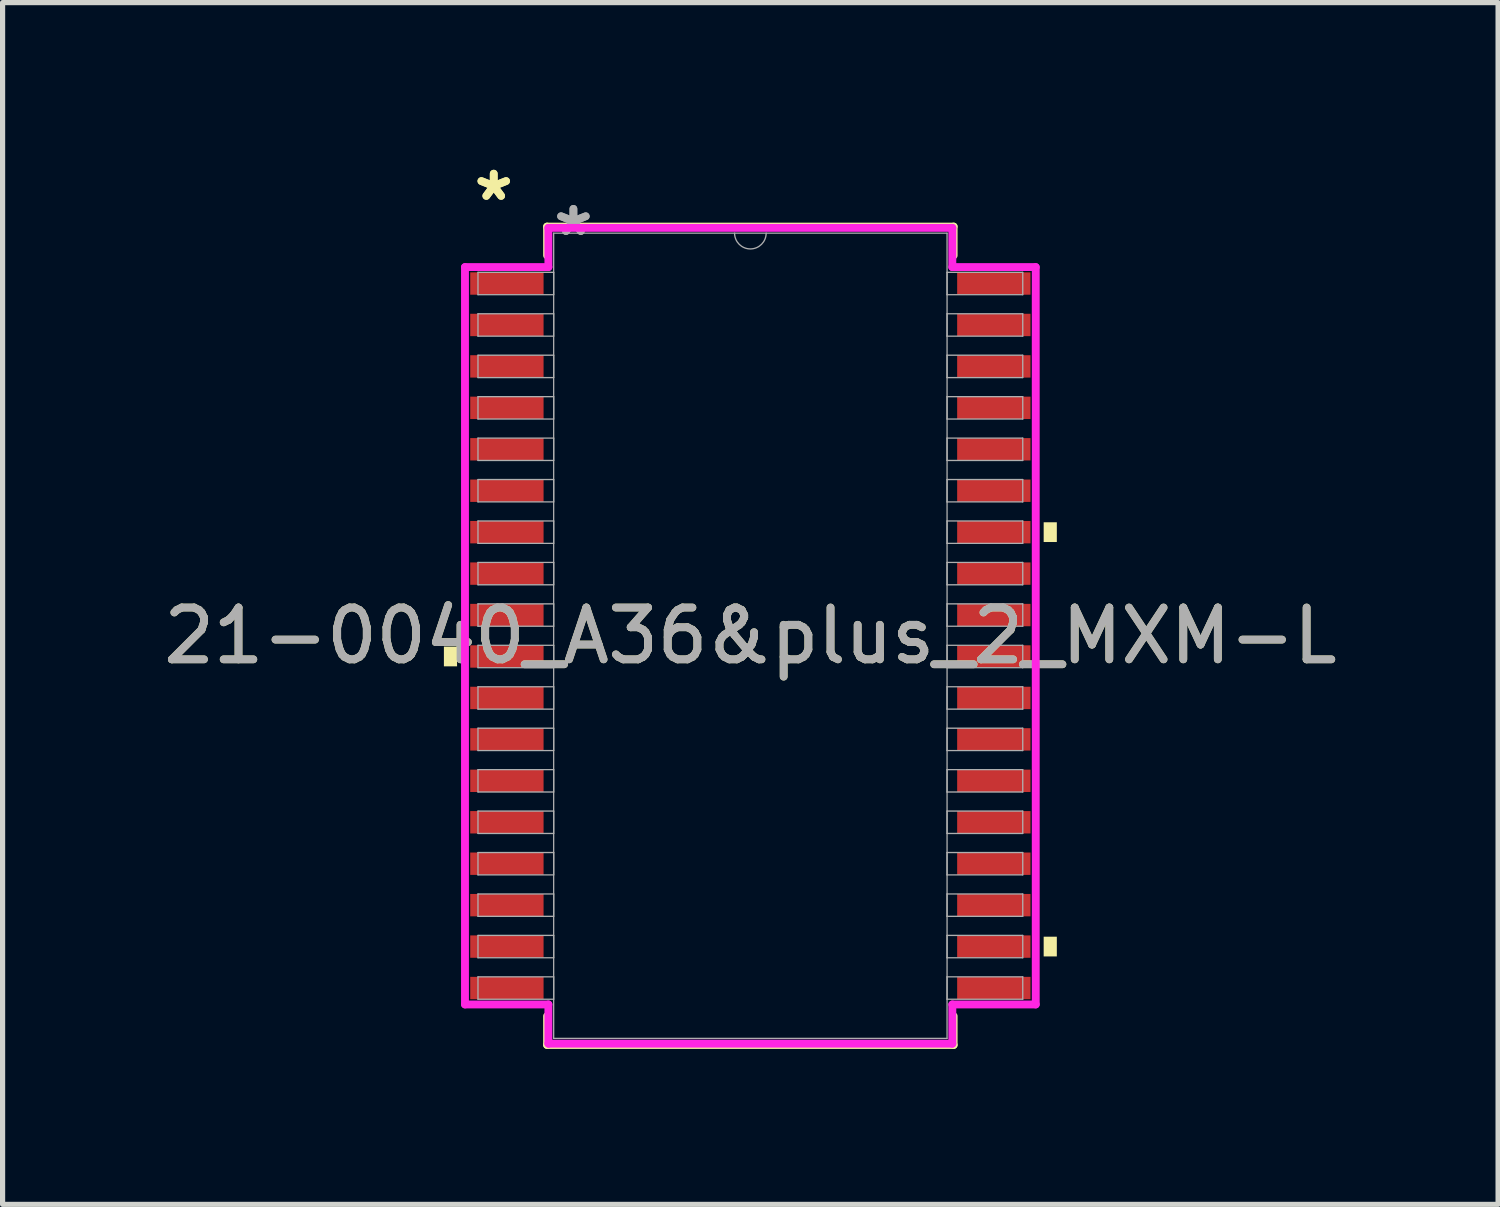
<source format=kicad_pcb>
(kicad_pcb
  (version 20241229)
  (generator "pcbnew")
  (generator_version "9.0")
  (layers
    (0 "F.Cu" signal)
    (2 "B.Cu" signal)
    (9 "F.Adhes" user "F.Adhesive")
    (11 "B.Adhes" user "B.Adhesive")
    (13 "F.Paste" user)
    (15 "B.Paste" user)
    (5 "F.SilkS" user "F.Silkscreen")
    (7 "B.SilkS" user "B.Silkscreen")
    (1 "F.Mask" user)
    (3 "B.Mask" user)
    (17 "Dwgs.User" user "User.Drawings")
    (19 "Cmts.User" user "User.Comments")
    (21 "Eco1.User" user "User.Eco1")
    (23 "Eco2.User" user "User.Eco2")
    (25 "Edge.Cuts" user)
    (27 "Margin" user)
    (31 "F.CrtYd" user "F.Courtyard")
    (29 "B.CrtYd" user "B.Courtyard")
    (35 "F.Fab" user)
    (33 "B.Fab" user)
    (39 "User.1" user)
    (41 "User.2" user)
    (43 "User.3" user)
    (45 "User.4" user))
  (footprint "21-0040_A36&plus_2_MXM-L"
    (layer "F.Cu")
    (at 11.435 9.223)
    (property "Reference" "21-0040_A36&plus_2_MXM-L" (at 0 0 0) (unlocked yes) (layer "F.SilkS") (effects (font (size 1 1) (thickness 0.15))))
    (attr smd)
    (fp_line (start -3.924 -7.899) (end -3.924 -7.342) (stroke (width 0.152) (type solid)) (layer "F.SilkS"))
    (fp_line (start -3.924 7.342) (end -3.924 7.899) (stroke (width 0.152) (type solid)) (layer "F.SilkS"))
    (fp_line (start -3.924 7.899) (end 3.924 7.899) (stroke (width 0.152) (type solid)) (layer "F.SilkS"))
    (fp_line (start 3.924 -7.899) (end -3.924 -7.899) (stroke (width 0.152) (type solid)) (layer "F.SilkS"))
    (fp_line (start 3.924 -7.342) (end 3.924 -7.899) (stroke (width 0.152) (type solid)) (layer "F.SilkS"))
    (fp_line (start 3.924 7.899) (end 3.924 7.342) (stroke (width 0.152) (type solid)) (layer "F.SilkS"))
    (fp_poly (pts (xy -5.916 0.209) (xy -5.916 0.59) (xy -5.662 0.59) (xy -5.662 0.209)) (stroke (width 0) (type solid)) (fill yes) (layer "F.SilkS"))
    (fp_poly (pts (xy 5.916 -2.191) (xy 5.916 -1.81) (xy 5.662 -1.81) (xy 5.662 -2.191)) (stroke (width 0) (type solid)) (fill yes) (layer "F.SilkS"))
    (fp_poly (pts (xy 5.916 5.809) (xy 5.916 6.19) (xy 5.662 6.19) (xy 5.662 5.809)) (stroke (width 0) (type solid)) (fill yes) (layer "F.SilkS"))
    (fp_line (start -5.509 -7.117) (end -3.899 -7.117) (stroke (width 0.152) (type solid)) (layer "F.CrtYd"))
    (fp_line (start -5.509 7.117) (end -5.509 -7.117) (stroke (width 0.152) (type solid)) (layer "F.CrtYd"))
    (fp_line (start -5.509 7.117) (end -3.899 7.117) (stroke (width 0.152) (type solid)) (layer "F.CrtYd"))
    (fp_line (start -3.899 -7.874) (end 3.899 -7.874) (stroke (width 0.152) (type solid)) (layer "F.CrtYd"))
    (fp_line (start -3.899 -7.117) (end -3.899 -7.874) (stroke (width 0.152) (type solid)) (layer "F.CrtYd"))
    (fp_line (start -3.899 7.874) (end -3.899 7.117) (stroke (width 0.152) (type solid)) (layer "F.CrtYd"))
    (fp_line (start 3.899 -7.874) (end 3.899 -7.117) (stroke (width 0.152) (type solid)) (layer "F.CrtYd"))
    (fp_line (start 3.899 7.117) (end 3.899 7.874) (stroke (width 0.152) (type solid)) (layer "F.CrtYd"))
    (fp_line (start 3.899 7.874) (end -3.899 7.874) (stroke (width 0.152) (type solid)) (layer "F.CrtYd"))
    (fp_line (start 5.509 -7.117) (end 3.899 -7.117) (stroke (width 0.152) (type solid)) (layer "F.CrtYd"))
    (fp_line (start 5.509 -7.117) (end 5.509 7.117) (stroke (width 0.152) (type solid)) (layer "F.CrtYd"))
    (fp_line (start 5.509 7.117) (end 3.899 7.117) (stroke (width 0.152) (type solid)) (layer "F.CrtYd"))
    (fp_line (start -5.258 -7.016) (end -5.258 -6.584) (stroke (width 0.025) (type solid)) (layer "F.Fab"))
    (fp_line (start -5.258 -6.584) (end -3.797 -6.584) (stroke (width 0.025) (type solid)) (layer "F.Fab"))
    (fp_line (start -5.258 -6.216) (end -5.258 -5.784) (stroke (width 0.025) (type solid)) (layer "F.Fab"))
    (fp_line (start -5.258 -5.784) (end -3.797 -5.784) (stroke (width 0.025) (type solid)) (layer "F.Fab"))
    (fp_line (start -5.258 -5.416) (end -5.258 -4.984) (stroke (width 0.025) (type solid)) (layer "F.Fab"))
    (fp_line (start -5.258 -4.984) (end -3.797 -4.984) (stroke (width 0.025) (type solid)) (layer "F.Fab"))
    (fp_line (start -5.258 -4.616) (end -5.258 -4.184) (stroke (width 0.025) (type solid)) (layer "F.Fab"))
    (fp_line (start -5.258 -4.184) (end -3.797 -4.184) (stroke (width 0.025) (type solid)) (layer "F.Fab"))
    (fp_line (start -5.258 -3.816) (end -5.258 -3.384) (stroke (width 0.025) (type solid)) (layer "F.Fab"))
    (fp_line (start -5.258 -3.384) (end -3.797 -3.384) (stroke (width 0.025) (type solid)) (layer "F.Fab"))
    (fp_line (start -5.258 -3.016) (end -5.258 -2.584) (stroke (width 0.025) (type solid)) (layer "F.Fab"))
    (fp_line (start -5.258 -2.584) (end -3.797 -2.584) (stroke (width 0.025) (type solid)) (layer "F.Fab"))
    (fp_line (start -5.258 -2.216) (end -5.258 -1.784) (stroke (width 0.025) (type solid)) (layer "F.Fab"))
    (fp_line (start -5.258 -1.784) (end -3.797 -1.784) (stroke (width 0.025) (type solid)) (layer "F.Fab"))
    (fp_line (start -5.258 -1.416) (end -5.258 -0.984) (stroke (width 0.025) (type solid)) (layer "F.Fab"))
    (fp_line (start -5.258 -0.984) (end -3.797 -0.984) (stroke (width 0.025) (type solid)) (layer "F.Fab"))
    (fp_line (start -5.258 -0.616) (end -5.258 -0.184) (stroke (width 0.025) (type solid)) (layer "F.Fab"))
    (fp_line (start -5.258 -0.184) (end -3.797 -0.184) (stroke (width 0.025) (type solid)) (layer "F.Fab"))
    (fp_line (start -5.258 0.184) (end -5.258 0.616) (stroke (width 0.025) (type solid)) (layer "F.Fab"))
    (fp_line (start -5.258 0.616) (end -3.797 0.616) (stroke (width 0.025) (type solid)) (layer "F.Fab"))
    (fp_line (start -5.258 0.984) (end -5.258 1.416) (stroke (width 0.025) (type solid)) (layer "F.Fab"))
    (fp_line (start -5.258 1.416) (end -3.797 1.416) (stroke (width 0.025) (type solid)) (layer "F.Fab"))
    (fp_line (start -5.258 1.784) (end -5.258 2.216) (stroke (width 0.025) (type solid)) (layer "F.Fab"))
    (fp_line (start -5.258 2.216) (end -3.797 2.216) (stroke (width 0.025) (type solid)) (layer "F.Fab"))
    (fp_line (start -5.258 2.584) (end -5.258 3.016) (stroke (width 0.025) (type solid)) (layer "F.Fab"))
    (fp_line (start -5.258 3.016) (end -3.797 3.016) (stroke (width 0.025) (type solid)) (layer "F.Fab"))
    (fp_line (start -5.258 3.384) (end -5.258 3.816) (stroke (width 0.025) (type solid)) (layer "F.Fab"))
    (fp_line (start -5.258 3.816) (end -3.797 3.816) (stroke (width 0.025) (type solid)) (layer "F.Fab"))
    (fp_line (start -5.258 4.184) (end -5.258 4.616) (stroke (width 0.025) (type solid)) (layer "F.Fab"))
    (fp_line (start -5.258 4.616) (end -3.797 4.616) (stroke (width 0.025) (type solid)) (layer "F.Fab"))
    (fp_line (start -5.258 4.984) (end -5.258 5.416) (stroke (width 0.025) (type solid)) (layer "F.Fab"))
    (fp_line (start -5.258 5.416) (end -3.797 5.416) (stroke (width 0.025) (type solid)) (layer "F.Fab"))
    (fp_line (start -5.258 5.784) (end -5.258 6.216) (stroke (width 0.025) (type solid)) (layer "F.Fab"))
    (fp_line (start -5.258 6.216) (end -3.797 6.216) (stroke (width 0.025) (type solid)) (layer "F.Fab"))
    (fp_line (start -5.258 6.584) (end -5.258 7.016) (stroke (width 0.025) (type solid)) (layer "F.Fab"))
    (fp_line (start -5.258 7.016) (end -3.797 7.016) (stroke (width 0.025) (type solid)) (layer "F.Fab"))
    (fp_line (start -3.797 -7.772) (end -3.797 7.772) (stroke (width 0.025) (type solid)) (layer "F.Fab"))
    (fp_line (start -3.797 -7.016) (end -5.258 -7.016) (stroke (width 0.025) (type solid)) (layer "F.Fab"))
    (fp_line (start -3.797 -6.584) (end -3.797 -7.016) (stroke (width 0.025) (type solid)) (layer "F.Fab"))
    (fp_line (start -3.797 -6.216) (end -5.258 -6.216) (stroke (width 0.025) (type solid)) (layer "F.Fab"))
    (fp_line (start -3.797 -5.784) (end -3.797 -6.216) (stroke (width 0.025) (type solid)) (layer "F.Fab"))
    (fp_line (start -3.797 -5.416) (end -5.258 -5.416) (stroke (width 0.025) (type solid)) (layer "F.Fab"))
    (fp_line (start -3.797 -4.984) (end -3.797 -5.416) (stroke (width 0.025) (type solid)) (layer "F.Fab"))
    (fp_line (start -3.797 -4.616) (end -5.258 -4.616) (stroke (width 0.025) (type solid)) (layer "F.Fab"))
    (fp_line (start -3.797 -4.184) (end -3.797 -4.616) (stroke (width 0.025) (type solid)) (layer "F.Fab"))
    (fp_line (start -3.797 -3.816) (end -5.258 -3.816) (stroke (width 0.025) (type solid)) (layer "F.Fab"))
    (fp_line (start -3.797 -3.384) (end -3.797 -3.816) (stroke (width 0.025) (type solid)) (layer "F.Fab"))
    (fp_line (start -3.797 -3.016) (end -5.258 -3.016) (stroke (width 0.025) (type solid)) (layer "F.Fab"))
    (fp_line (start -3.797 -2.584) (end -3.797 -3.016) (stroke (width 0.025) (type solid)) (layer "F.Fab"))
    (fp_line (start -3.797 -2.216) (end -5.258 -2.216) (stroke (width 0.025) (type solid)) (layer "F.Fab"))
    (fp_line (start -3.797 -1.784) (end -3.797 -2.216) (stroke (width 0.025) (type solid)) (layer "F.Fab"))
    (fp_line (start -3.797 -1.416) (end -5.258 -1.416) (stroke (width 0.025) (type solid)) (layer "F.Fab"))
    (fp_line (start -3.797 -0.984) (end -3.797 -1.416) (stroke (width 0.025) (type solid)) (layer "F.Fab"))
    (fp_line (start -3.797 -0.616) (end -5.258 -0.616) (stroke (width 0.025) (type solid)) (layer "F.Fab"))
    (fp_line (start -3.797 -0.184) (end -3.797 -0.616) (stroke (width 0.025) (type solid)) (layer "F.Fab"))
    (fp_line (start -3.797 0.184) (end -5.258 0.184) (stroke (width 0.025) (type solid)) (layer "F.Fab"))
    (fp_line (start -3.797 0.616) (end -3.797 0.184) (stroke (width 0.025) (type solid)) (layer "F.Fab"))
    (fp_line (start -3.797 0.984) (end -5.258 0.984) (stroke (width 0.025) (type solid)) (layer "F.Fab"))
    (fp_line (start -3.797 1.416) (end -3.797 0.984) (stroke (width 0.025) (type solid)) (layer "F.Fab"))
    (fp_line (start -3.797 1.784) (end -5.258 1.784) (stroke (width 0.025) (type solid)) (layer "F.Fab"))
    (fp_line (start -3.797 2.216) (end -3.797 1.784) (stroke (width 0.025) (type solid)) (layer "F.Fab"))
    (fp_line (start -3.797 2.584) (end -5.258 2.584) (stroke (width 0.025) (type solid)) (layer "F.Fab"))
    (fp_line (start -3.797 3.016) (end -3.797 2.584) (stroke (width 0.025) (type solid)) (layer "F.Fab"))
    (fp_line (start -3.797 3.384) (end -5.258 3.384) (stroke (width 0.025) (type solid)) (layer "F.Fab"))
    (fp_line (start -3.797 3.816) (end -3.797 3.384) (stroke (width 0.025) (type solid)) (layer "F.Fab"))
    (fp_line (start -3.797 4.184) (end -5.258 4.184) (stroke (width 0.025) (type solid)) (layer "F.Fab"))
    (fp_line (start -3.797 4.616) (end -3.797 4.184) (stroke (width 0.025) (type solid)) (layer "F.Fab"))
    (fp_line (start -3.797 4.984) (end -5.258 4.984) (stroke (width 0.025) (type solid)) (layer "F.Fab"))
    (fp_line (start -3.797 5.416) (end -3.797 4.984) (stroke (width 0.025) (type solid)) (layer "F.Fab"))
    (fp_line (start -3.797 5.784) (end -5.258 5.784) (stroke (width 0.025) (type solid)) (layer "F.Fab"))
    (fp_line (start -3.797 6.216) (end -3.797 5.784) (stroke (width 0.025) (type solid)) (layer "F.Fab"))
    (fp_line (start -3.797 6.584) (end -5.258 6.584) (stroke (width 0.025) (type solid)) (layer "F.Fab"))
    (fp_line (start -3.797 7.016) (end -3.797 6.584) (stroke (width 0.025) (type solid)) (layer "F.Fab"))
    (fp_line (start -3.797 7.772) (end 3.797 7.772) (stroke (width 0.025) (type solid)) (layer "F.Fab"))
    (fp_line (start 3.797 -7.772) (end -3.797 -7.772) (stroke (width 0.025) (type solid)) (layer "F.Fab"))
    (fp_line (start 3.797 -7.016) (end 3.797 -6.584) (stroke (width 0.025) (type solid)) (layer "F.Fab"))
    (fp_line (start 3.797 -6.584) (end 5.258 -6.584) (stroke (width 0.025) (type solid)) (layer "F.Fab"))
    (fp_line (start 3.797 -6.216) (end 3.797 -5.784) (stroke (width 0.025) (type solid)) (layer "F.Fab"))
    (fp_line (start 3.797 -5.784) (end 5.258 -5.784) (stroke (width 0.025) (type solid)) (layer "F.Fab"))
    (fp_line (start 3.797 -5.416) (end 3.797 -4.984) (stroke (width 0.025) (type solid)) (layer "F.Fab"))
    (fp_line (start 3.797 -4.984) (end 5.258 -4.984) (stroke (width 0.025) (type solid)) (layer "F.Fab"))
    (fp_line (start 3.797 -4.616) (end 3.797 -4.184) (stroke (width 0.025) (type solid)) (layer "F.Fab"))
    (fp_line (start 3.797 -4.184) (end 5.258 -4.184) (stroke (width 0.025) (type solid)) (layer "F.Fab"))
    (fp_line (start 3.797 -3.816) (end 3.797 -3.384) (stroke (width 0.025) (type solid)) (layer "F.Fab"))
    (fp_line (start 3.797 -3.384) (end 5.258 -3.384) (stroke (width 0.025) (type solid)) (layer "F.Fab"))
    (fp_line (start 3.797 -3.016) (end 3.797 -2.584) (stroke (width 0.025) (type solid)) (layer "F.Fab"))
    (fp_line (start 3.797 -2.584) (end 5.258 -2.584) (stroke (width 0.025) (type solid)) (layer "F.Fab"))
    (fp_line (start 3.797 -2.216) (end 3.797 -1.784) (stroke (width 0.025) (type solid)) (layer "F.Fab"))
    (fp_line (start 3.797 -1.784) (end 5.258 -1.784) (stroke (width 0.025) (type solid)) (layer "F.Fab"))
    (fp_line (start 3.797 -1.416) (end 3.797 -0.984) (stroke (width 0.025) (type solid)) (layer "F.Fab"))
    (fp_line (start 3.797 -0.984) (end 5.258 -0.984) (stroke (width 0.025) (type solid)) (layer "F.Fab"))
    (fp_line (start 3.797 -0.616) (end 3.797 -0.184) (stroke (width 0.025) (type solid)) (layer "F.Fab"))
    (fp_line (start 3.797 -0.184) (end 5.258 -0.184) (stroke (width 0.025) (type solid)) (layer "F.Fab"))
    (fp_line (start 3.797 0.184) (end 3.797 0.616) (stroke (width 0.025) (type solid)) (layer "F.Fab"))
    (fp_line (start 3.797 0.616) (end 5.258 0.616) (stroke (width 0.025) (type solid)) (layer "F.Fab"))
    (fp_line (start 3.797 0.984) (end 3.797 1.416) (stroke (width 0.025) (type solid)) (layer "F.Fab"))
    (fp_line (start 3.797 1.416) (end 5.258 1.416) (stroke (width 0.025) (type solid)) (layer "F.Fab"))
    (fp_line (start 3.797 1.784) (end 3.797 2.216) (stroke (width 0.025) (type solid)) (layer "F.Fab"))
    (fp_line (start 3.797 2.216) (end 5.258 2.216) (stroke (width 0.025) (type solid)) (layer "F.Fab"))
    (fp_line (start 3.797 2.584) (end 3.797 3.016) (stroke (width 0.025) (type solid)) (layer "F.Fab"))
    (fp_line (start 3.797 3.016) (end 5.258 3.016) (stroke (width 0.025) (type solid)) (layer "F.Fab"))
    (fp_line (start 3.797 3.384) (end 3.797 3.816) (stroke (width 0.025) (type solid)) (layer "F.Fab"))
    (fp_line (start 3.797 3.816) (end 5.258 3.816) (stroke (width 0.025) (type solid)) (layer "F.Fab"))
    (fp_line (start 3.797 4.184) (end 3.797 4.616) (stroke (width 0.025) (type solid)) (layer "F.Fab"))
    (fp_line (start 3.797 4.616) (end 5.258 4.616) (stroke (width 0.025) (type solid)) (layer "F.Fab"))
    (fp_line (start 3.797 4.984) (end 3.797 5.416) (stroke (width 0.025) (type solid)) (layer "F.Fab"))
    (fp_line (start 3.797 5.416) (end 5.258 5.416) (stroke (width 0.025) (type solid)) (layer "F.Fab"))
    (fp_line (start 3.797 5.784) (end 3.797 6.216) (stroke (width 0.025) (type solid)) (layer "F.Fab"))
    (fp_line (start 3.797 6.216) (end 5.258 6.216) (stroke (width 0.025) (type solid)) (layer "F.Fab"))
    (fp_line (start 3.797 6.584) (end 3.797 7.016) (stroke (width 0.025) (type solid)) (layer "F.Fab"))
    (fp_line (start 3.797 7.016) (end 5.258 7.016) (stroke (width 0.025) (type solid)) (layer "F.Fab"))
    (fp_line (start 3.797 7.772) (end 3.797 -7.772) (stroke (width 0.025) (type solid)) (layer "F.Fab"))
    (fp_line (start 5.258 -7.016) (end 3.797 -7.016) (stroke (width 0.025) (type solid)) (layer "F.Fab"))
    (fp_line (start 5.258 -6.584) (end 5.258 -7.016) (stroke (width 0.025) (type solid)) (layer "F.Fab"))
    (fp_line (start 5.258 -6.216) (end 3.797 -6.216) (stroke (width 0.025) (type solid)) (layer "F.Fab"))
    (fp_line (start 5.258 -5.784) (end 5.258 -6.216) (stroke (width 0.025) (type solid)) (layer "F.Fab"))
    (fp_line (start 5.258 -5.416) (end 3.797 -5.416) (stroke (width 0.025) (type solid)) (layer "F.Fab"))
    (fp_line (start 5.258 -4.984) (end 5.258 -5.416) (stroke (width 0.025) (type solid)) (layer "F.Fab"))
    (fp_line (start 5.258 -4.616) (end 3.797 -4.616) (stroke (width 0.025) (type solid)) (layer "F.Fab"))
    (fp_line (start 5.258 -4.184) (end 5.258 -4.616) (stroke (width 0.025) (type solid)) (layer "F.Fab"))
    (fp_line (start 5.258 -3.816) (end 3.797 -3.816) (stroke (width 0.025) (type solid)) (layer "F.Fab"))
    (fp_line (start 5.258 -3.384) (end 5.258 -3.816) (stroke (width 0.025) (type solid)) (layer "F.Fab"))
    (fp_line (start 5.258 -3.016) (end 3.797 -3.016) (stroke (width 0.025) (type solid)) (layer "F.Fab"))
    (fp_line (start 5.258 -2.584) (end 5.258 -3.016) (stroke (width 0.025) (type solid)) (layer "F.Fab"))
    (fp_line (start 5.258 -2.216) (end 3.797 -2.216) (stroke (width 0.025) (type solid)) (layer "F.Fab"))
    (fp_line (start 5.258 -1.784) (end 5.258 -2.216) (stroke (width 0.025) (type solid)) (layer "F.Fab"))
    (fp_line (start 5.258 -1.416) (end 3.797 -1.416) (stroke (width 0.025) (type solid)) (layer "F.Fab"))
    (fp_line (start 5.258 -0.984) (end 5.258 -1.416) (stroke (width 0.025) (type solid)) (layer "F.Fab"))
    (fp_line (start 5.258 -0.616) (end 3.797 -0.616) (stroke (width 0.025) (type solid)) (layer "F.Fab"))
    (fp_line (start 5.258 -0.184) (end 5.258 -0.616) (stroke (width 0.025) (type solid)) (layer "F.Fab"))
    (fp_line (start 5.258 0.184) (end 3.797 0.184) (stroke (width 0.025) (type solid)) (layer "F.Fab"))
    (fp_line (start 5.258 0.616) (end 5.258 0.184) (stroke (width 0.025) (type solid)) (layer "F.Fab"))
    (fp_line (start 5.258 0.984) (end 3.797 0.984) (stroke (width 0.025) (type solid)) (layer "F.Fab"))
    (fp_line (start 5.258 1.416) (end 5.258 0.984) (stroke (width 0.025) (type solid)) (layer "F.Fab"))
    (fp_line (start 5.258 1.784) (end 3.797 1.784) (stroke (width 0.025) (type solid)) (layer "F.Fab"))
    (fp_line (start 5.258 2.216) (end 5.258 1.784) (stroke (width 0.025) (type solid)) (layer "F.Fab"))
    (fp_line (start 5.258 2.584) (end 3.797 2.584) (stroke (width 0.025) (type solid)) (layer "F.Fab"))
    (fp_line (start 5.258 3.016) (end 5.258 2.584) (stroke (width 0.025) (type solid)) (layer "F.Fab"))
    (fp_line (start 5.258 3.384) (end 3.797 3.384) (stroke (width 0.025) (type solid)) (layer "F.Fab"))
    (fp_line (start 5.258 3.816) (end 5.258 3.384) (stroke (width 0.025) (type solid)) (layer "F.Fab"))
    (fp_line (start 5.258 4.184) (end 3.797 4.184) (stroke (width 0.025) (type solid)) (layer "F.Fab"))
    (fp_line (start 5.258 4.616) (end 5.258 4.184) (stroke (width 0.025) (type solid)) (layer "F.Fab"))
    (fp_line (start 5.258 4.984) (end 3.797 4.984) (stroke (width 0.025) (type solid)) (layer "F.Fab"))
    (fp_line (start 5.258 5.416) (end 5.258 4.984) (stroke (width 0.025) (type solid)) (layer "F.Fab"))
    (fp_line (start 5.258 5.784) (end 3.797 5.784) (stroke (width 0.025) (type solid)) (layer "F.Fab"))
    (fp_line (start 5.258 6.216) (end 5.258 5.784) (stroke (width 0.025) (type solid)) (layer "F.Fab"))
    (fp_line (start 5.258 6.584) (end 3.797 6.584) (stroke (width 0.025) (type solid)) (layer "F.Fab"))
    (fp_line (start 5.258 7.016) (end 5.258 6.584) (stroke (width 0.025) (type solid)) (layer "F.Fab"))
    (fp_arc (start 0.3048 -7.7724) (mid 0 -7.4676) (end -0.3048 -7.7724) (stroke (width 0.0254) (type solid)) (layer "F.Fab"))
    (fp_text user "*" (at -4.954 -8.375 0) (layer "F.SilkS") (effects (font (size 1 1) (thickness 0.15))))
    (fp_text user "*" (at -4.954 -8.375 0) (unlocked yes) (layer "F.SilkS") (effects (font (size 1 1) (thickness 0.15))))
    (fp_text user "*" (at -3.416 -7.696 0) (layer "F.Fab") (effects (font (size 1 1) (thickness 0.15))))
    (fp_text user "*" (at -3.416 -7.696 0) (unlocked yes) (layer "F.Fab") (effects (font (size 1 1) (thickness 0.15))))
    (fp_text user "${REFERENCE}" (at 0 0 0) (unlocked yes) (layer "F.Fab") (effects (font (size 1 1) (thickness 0.15))))
    (pad "1" smd rect (at -4.7 -6.8) (size 1.416 0.432) (layers "F.Cu" "F.Mask" "F.Paste"))
    (pad "2" smd rect (at -4.7 -6) (size 1.416 0.432) (layers "F.Cu" "F.Mask" "F.Paste"))
    (pad "3" smd rect (at -4.7 -5.2) (size 1.416 0.432) (layers "F.Cu" "F.Mask" "F.Paste"))
    (pad "4" smd rect (at -4.7 -4.4) (size 1.416 0.432) (layers "F.Cu" "F.Mask" "F.Paste"))
    (pad "5" smd rect (at -4.7 -3.6) (size 1.416 0.432) (layers "F.Cu" "F.Mask" "F.Paste"))
    (pad "6" smd rect (at -4.7 -2.8) (size 1.416 0.432) (layers "F.Cu" "F.Mask" "F.Paste"))
    (pad "7" smd rect (at -4.7 -2) (size 1.416 0.432) (layers "F.Cu" "F.Mask" "F.Paste"))
    (pad "8" smd rect (at -4.7 -1.2) (size 1.416 0.432) (layers "F.Cu" "F.Mask" "F.Paste"))
    (pad "9" smd rect (at -4.7 -0.4) (size 1.416 0.432) (layers "F.Cu" "F.Mask" "F.Paste"))
    (pad "10" smd rect (at -4.7 0.4) (size 1.416 0.432) (layers "F.Cu" "F.Mask" "F.Paste"))
    (pad "11" smd rect (at -4.7 1.2) (size 1.416 0.432) (layers "F.Cu" "F.Mask" "F.Paste"))
    (pad "12" smd rect (at -4.7 2) (size 1.416 0.432) (layers "F.Cu" "F.Mask" "F.Paste"))
    (pad "13" smd rect (at -4.7 2.8) (size 1.416 0.432) (layers "F.Cu" "F.Mask" "F.Paste"))
    (pad "14" smd rect (at -4.7 3.6) (size 1.416 0.432) (layers "F.Cu" "F.Mask" "F.Paste"))
    (pad "15" smd rect (at -4.7 4.4) (size 1.416 0.432) (layers "F.Cu" "F.Mask" "F.Paste"))
    (pad "16" smd rect (at -4.7 5.2) (size 1.416 0.432) (layers "F.Cu" "F.Mask" "F.Paste"))
    (pad "17" smd rect (at -4.7 6) (size 1.416 0.432) (layers "F.Cu" "F.Mask" "F.Paste"))
    (pad "18" smd rect (at -4.7 6.8) (size 1.416 0.432) (layers "F.Cu" "F.Mask" "F.Paste"))
    (pad "19" smd rect (at 4.7 6.8) (size 1.416 0.432) (layers "F.Cu" "F.Mask" "F.Paste"))
    (pad "20" smd rect (at 4.7 6) (size 1.416 0.432) (layers "F.Cu" "F.Mask" "F.Paste"))
    (pad "21" smd rect (at 4.7 5.2) (size 1.416 0.432) (layers "F.Cu" "F.Mask" "F.Paste"))
    (pad "22" smd rect (at 4.7 4.4) (size 1.416 0.432) (layers "F.Cu" "F.Mask" "F.Paste"))
    (pad "23" smd rect (at 4.7 3.6) (size 1.416 0.432) (layers "F.Cu" "F.Mask" "F.Paste"))
    (pad "24" smd rect (at 4.7 2.8) (size 1.416 0.432) (layers "F.Cu" "F.Mask" "F.Paste"))
    (pad "25" smd rect (at 4.7 2) (size 1.416 0.432) (layers "F.Cu" "F.Mask" "F.Paste"))
    (pad "26" smd rect (at 4.7 1.2) (size 1.416 0.432) (layers "F.Cu" "F.Mask" "F.Paste"))
    (pad "27" smd rect (at 4.7 0.4) (size 1.416 0.432) (layers "F.Cu" "F.Mask" "F.Paste"))
    (pad "28" smd rect (at 4.7 -0.4) (size 1.416 0.432) (layers "F.Cu" "F.Mask" "F.Paste"))
    (pad "29" smd rect (at 4.7 -1.2) (size 1.416 0.432) (layers "F.Cu" "F.Mask" "F.Paste"))
    (pad "30" smd rect (at 4.7 -2) (size 1.416 0.432) (layers "F.Cu" "F.Mask" "F.Paste"))
    (pad "31" smd rect (at 4.7 -2.8) (size 1.416 0.432) (layers "F.Cu" "F.Mask" "F.Paste"))
    (pad "32" smd rect (at 4.7 -3.6) (size 1.416 0.432) (layers "F.Cu" "F.Mask" "F.Paste"))
    (pad "33" smd rect (at 4.7 -4.4) (size 1.416 0.432) (layers "F.Cu" "F.Mask" "F.Paste"))
    (pad "34" smd rect (at 4.7 -5.2) (size 1.416 0.432) (layers "F.Cu" "F.Mask" "F.Paste"))
    (pad "35" smd rect (at 4.7 -6) (size 1.416 0.432) (layers "F.Cu" "F.Mask" "F.Paste"))
    (pad "36" smd rect (at 4.7 -6.8) (size 1.416 0.432) (layers "F.Cu" "F.Mask" "F.Paste")))
  (gr_rect
    (start -3 -3)
    (end 25.869 20.199)
    (stroke (width 0.1) (type default))
    (fill no)
    (layer "Edge.Cuts")))
</source>
